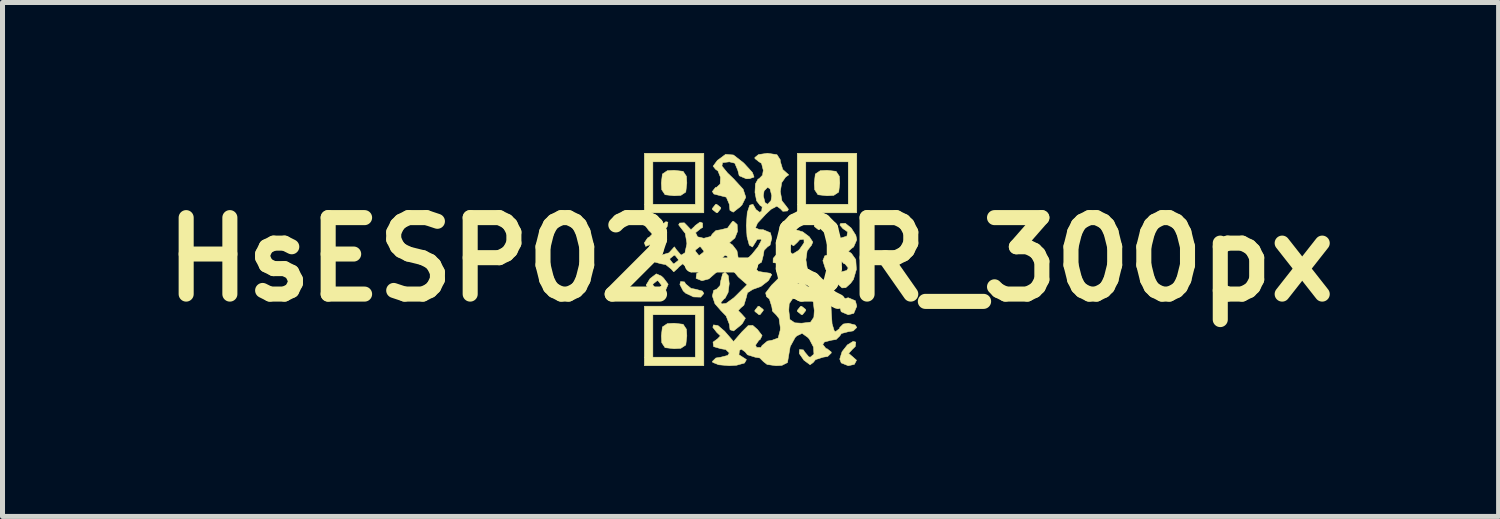
<source format=kicad_pcb>
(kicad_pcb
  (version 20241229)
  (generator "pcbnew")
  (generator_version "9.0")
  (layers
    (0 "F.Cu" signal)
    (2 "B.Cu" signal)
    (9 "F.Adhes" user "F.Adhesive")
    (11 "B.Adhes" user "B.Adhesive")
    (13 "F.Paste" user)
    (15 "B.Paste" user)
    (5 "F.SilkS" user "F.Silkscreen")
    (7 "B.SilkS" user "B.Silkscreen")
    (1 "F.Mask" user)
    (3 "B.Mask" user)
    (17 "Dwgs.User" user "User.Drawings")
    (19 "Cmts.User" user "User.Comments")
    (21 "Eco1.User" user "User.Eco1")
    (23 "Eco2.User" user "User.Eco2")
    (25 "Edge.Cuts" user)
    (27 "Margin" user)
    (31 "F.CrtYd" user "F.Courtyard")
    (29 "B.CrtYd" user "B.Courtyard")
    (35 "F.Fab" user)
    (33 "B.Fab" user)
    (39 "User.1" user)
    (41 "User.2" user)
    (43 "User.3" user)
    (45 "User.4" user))
  (footprint "HsESP02-QR_300px"
    (layer "F.Cu")
    (at 11.909 2.122)
    (property "Reference" "HsESP02-QR_300px" (at 0 0 0) (layer "F.SilkS") (effects (font (size 1.524 1.524) (thickness 0.3))))
    (attr through_hole)
    (fp_poly (pts (xy -0.595 -1.036) (xy -0.593 -1.016) (xy -0.657 -0.934) (xy -0.677 -0.931) (xy -0.76 -0.996) (xy -0.762 -1.016) (xy -0.698 -1.098) (xy -0.677 -1.101) (xy -0.595 -1.036)) (stroke (width 0.01) (type solid)) (fill yes) (layer "F.SilkS"))
    (fp_poly (pts (xy 0.252 0.996) (xy 0.254 1.016) (xy 0.19 1.098) (xy 0.169 1.101) (xy 0.087 1.036) (xy 0.085 1.016) (xy 0.149 0.934) (xy 0.169 0.931) (xy 0.252 0.996)) (stroke (width 0.01) (type solid)) (fill yes) (layer "F.SilkS"))
    (fp_poly (pts (xy 1.098 0.996) (xy 1.101 1.016) (xy 1.036 1.098) (xy 1.016 1.101) (xy 0.934 1.036) (xy 0.931 1.016) (xy 0.996 0.934) (xy 1.016 0.931) (xy 1.098 0.996)) (stroke (width 0.01) (type solid)) (fill yes) (layer "F.SilkS"))
    (fp_poly (pts (xy 1.437 -0.698) (xy 1.439 -0.677) (xy 1.375 -0.595) (xy 1.355 -0.593) (xy 1.272 -0.657) (xy 1.27 -0.677) (xy 1.334 -0.76) (xy 1.355 -0.762) (xy 1.437 -0.698)) (stroke (width 0.01) (type solid)) (fill yes) (layer "F.SilkS"))
    (fp_poly (pts (xy 2.089 0.822) (xy 2.117 0.931) (xy 2.057 1.073) (xy 1.947 1.101) (xy 1.806 1.041) (xy 1.778 0.931) (xy 1.838 0.79) (xy 1.947 0.762) (xy 2.089 0.822)) (stroke (width 0.01) (type solid)) (fill yes) (layer "F.SilkS"))
    (fp_poly (pts (xy -0.931 -0.931) (xy -2.117 -0.931) (xy -2.117 -1.947) (xy -1.947 -1.947) (xy -1.947 -1.101) (xy -1.101 -1.101) (xy -1.101 -1.947) (xy -1.947 -1.947) (xy -2.117 -1.947) (xy -2.117 -2.117) (xy -0.931 -2.117) (xy -0.931 -0.931)) (stroke (width 0.01) (type solid)) (fill yes) (layer "F.SilkS"))
    (fp_poly (pts (xy -0.931 2.117) (xy -2.117 2.117) (xy -2.117 1.101) (xy -1.947 1.101) (xy -1.947 1.947) (xy -1.101 1.947) (xy -1.101 1.101) (xy -1.947 1.101) (xy -2.117 1.101) (xy -2.117 0.931) (xy -0.931 0.931) (xy -0.931 2.117)) (stroke (width 0.01) (type solid)) (fill yes) (layer "F.SilkS"))
    (fp_poly (pts (xy 2.117 -0.931) (xy 0.931 -0.931) (xy 0.931 -1.947) (xy 1.101 -1.947) (xy 1.101 -1.101) (xy 1.947 -1.101) (xy 1.947 -1.947) (xy 1.101 -1.947) (xy 0.931 -1.947) (xy 0.931 -2.117) (xy 2.117 -2.117) (xy 2.117 -0.931)) (stroke (width 0.01) (type solid)) (fill yes) (layer "F.SilkS"))
    (fp_poly (pts (xy -1.344 -1.757) (xy -1.278 -1.658) (xy -1.27 -1.524) (xy -1.291 -1.344) (xy -1.39 -1.278) (xy -1.524 -1.27) (xy -1.704 -1.291) (xy -1.77 -1.39) (xy -1.778 -1.524) (xy -1.757 -1.704) (xy -1.658 -1.77) (xy -1.524 -1.778) (xy -1.344 -1.757)) (stroke (width 0.01) (type solid)) (fill yes) (layer "F.SilkS"))
    (fp_poly (pts (xy -1.344 1.291) (xy -1.278 1.39) (xy -1.27 1.524) (xy -1.291 1.704) (xy -1.39 1.77) (xy -1.524 1.778) (xy -1.704 1.757) (xy -1.77 1.658) (xy -1.778 1.524) (xy -1.757 1.344) (xy -1.658 1.278) (xy -1.524 1.27) (xy -1.344 1.291)) (stroke (width 0.01) (type solid)) (fill yes) (layer "F.SilkS"))
    (fp_poly (pts (xy -1.316 0.447) (xy -1.294 0.487) (xy -1.188 0.575) (xy -1.094 0.593) (xy -0.96 0.629) (xy -0.931 0.677) (xy -0.993 0.75) (xy -1.135 0.746) (xy -1.291 0.673) (xy -1.342 0.626) (xy -1.409 0.498) (xy -1.394 0.439) (xy -1.316 0.447)) (stroke (width 0.01) (type solid)) (fill yes) (layer "F.SilkS"))
    (fp_poly (pts (xy 1.704 -1.757) (xy 1.77 -1.658) (xy 1.778 -1.524) (xy 1.757 -1.344) (xy 1.658 -1.278) (xy 1.524 -1.27) (xy 1.344 -1.291) (xy 1.278 -1.39) (xy 1.27 -1.524) (xy 1.291 -1.704) (xy 1.39 -1.77) (xy 1.524 -1.778) (xy 1.704 -1.757)) (stroke (width 0.01) (type solid)) (fill yes) (layer "F.SilkS"))
    (fp_poly (pts (xy 2.097 1.646) (xy 2.088 1.733) (xy 2.03 1.789) (xy 1.955 1.871) (xy 2.011 1.919) (xy 2.112 2.007) (xy 2.069 2.09) (xy 1.947 2.117) (xy 1.807 2.061) (xy 1.778 1.984) (xy 1.824 1.837) (xy 1.93 1.702) (xy 2.044 1.632) (xy 2.097 1.646)) (stroke (width 0.01) (type solid)) (fill yes) (layer "F.SilkS"))
    (fp_poly (pts (xy -1.647 -0.744) (xy -1.663 -0.654) (xy -1.774 -0.505) (xy -1.808 -0.471) (xy -1.992 -0.303) (xy -2.09 -0.261) (xy -2.117 -0.332) (xy -2.051 -0.43) (xy -2.011 -0.452) (xy -1.956 -0.51) (xy -2.03 -0.582) (xy -2.104 -0.684) (xy -2.088 -0.734) (xy -1.996 -0.732) (xy -1.943 -0.675) (xy -1.865 -0.593) (xy -1.79 -0.664) (xy -1.783 -0.675) (xy -1.689 -0.754) (xy -1.647 -0.744)) (stroke (width 0.01) (type solid)) (fill yes) (layer "F.SilkS"))
    (fp_poly (pts (xy -1.776 0.331) (xy -1.73 0.375) (xy -1.642 0.493) (xy -1.686 0.596) (xy -1.724 0.635) (xy -1.843 0.741) (xy -1.926 0.725) (xy -2.015 0.63) (xy -2.08 0.509) (xy -2.08 0.508) (xy -1.947 0.508) (xy -1.883 0.59) (xy -1.863 0.593) (xy -1.78 0.528) (xy -1.778 0.508) (xy -1.842 0.426) (xy -1.863 0.423) (xy -1.945 0.488) (xy -1.947 0.508) (xy -2.08 0.508) (xy -2.008 0.388) (xy -1.994 0.374) (xy -1.878 0.286) (xy -1.776 0.331)) (stroke (width 0.01) (type solid)) (fill yes) (layer "F.SilkS"))
    (fp_poly (pts (xy -0.341 -2.083) (xy -0.148 -1.933) (xy -0.123 -1.909) (xy 0.037 -1.734) (xy 0.07 -1.643) (xy -0.021 -1.611) (xy -0.085 -1.609) (xy -0.226 -1.669) (xy -0.254 -1.778) (xy -0.314 -1.92) (xy -0.423 -1.947) (xy -0.558 -1.93) (xy -0.571 -1.863) (xy -0.459 -1.725) (xy -0.339 -1.609) (xy -0.148 -1.401) (xy -0.095 -1.241) (xy -0.169 -1.091) (xy -0.206 -1.052) (xy -0.345 -0.943) (xy -0.411 -0.981) (xy -0.423 -1.101) (xy -0.483 -1.242) (xy -0.593 -1.27) (xy -0.73 -1.305) (xy -0.762 -1.355) (xy -0.698 -1.437) (xy -0.677 -1.439) (xy -0.606 -1.503) (xy -0.599 -1.639) (xy -0.65 -1.765) (xy -0.698 -1.799) (xy -0.746 -1.86) (xy -0.661 -1.975) (xy -0.497 -2.096) (xy -0.341 -2.083)) (stroke (width 0.01) (type solid)) (fill yes) (layer "F.SilkS"))
    (fp_poly (pts (xy 2.007 -0.625) (xy 2.098 -0.482) (xy 2.117 -0.394) (xy 2.055 -0.251) (xy 2.011 -0.219) (xy 1.949 -0.163) (xy 2.011 -0.12) (xy 2.097 0.001) (xy 2.109 0.198) (xy 2.051 0.396) (xy 1.996 0.472) (xy 1.898 0.561) (xy 1.824 0.566) (xy 1.717 0.471) (xy 1.63 0.379) (xy 1.494 0.19) (xy 1.441 0.024) (xy 1.48 -0.074) (xy 1.524 -0.085) (xy 1.593 -0.014) (xy 1.609 0.085) (xy 1.669 0.226) (xy 1.778 0.254) (xy 1.916 0.219) (xy 1.947 0.169) (xy 1.883 0.087) (xy 1.863 0.085) (xy 1.794 0.014) (xy 1.778 -0.085) (xy 1.743 -0.222) (xy 1.693 -0.254) (xy 1.611 -0.318) (xy 1.609 -0.339) (xy 1.68 -0.407) (xy 1.778 -0.423) (xy 1.92 -0.465) (xy 1.935 -0.551) (xy 1.841 -0.616) (xy 1.78 -0.687) (xy 1.795 -0.718) (xy 1.889 -0.721) (xy 2.007 -0.625)) (stroke (width 0.01) (type solid)) (fill yes) (layer "F.SilkS"))
    (fp_poly (pts (xy 0.76 -0.698) (xy 0.762 -0.677) (xy 0.831 -0.603) (xy 0.895 -0.593) (xy 1.04 -0.551) (xy 1.17 -0.454) (xy 1.241 -0.348) (xy 1.211 -0.277) (xy 1.206 -0.275) (xy 1.128 -0.173) (xy 1.103 0.007) (xy 1.132 0.186) (xy 1.206 0.278) (xy 1.263 0.352) (xy 1.244 0.388) (xy 1.151 0.394) (xy 1.104 0.344) (xy 1.028 0.276) (xy 0.923 0.336) (xy 0.887 0.371) (xy 0.797 0.502) (xy 0.799 0.573) (xy 0.884 0.564) (xy 0.936 0.506) (xy 1.014 0.424) (xy 1.091 0.494) (xy 1.101 0.508) (xy 1.182 0.591) (xy 1.258 0.522) (xy 1.262 0.515) (xy 1.365 0.445) (xy 1.47 0.513) (xy 1.556 0.689) (xy 1.604 0.942) (xy 1.609 1.052) (xy 1.625 1.282) (xy 1.667 1.42) (xy 1.693 1.439) (xy 1.776 1.375) (xy 1.778 1.355) (xy 1.849 1.286) (xy 1.947 1.27) (xy 2.085 1.305) (xy 2.117 1.355) (xy 2.046 1.423) (xy 1.947 1.439) (xy 1.81 1.475) (xy 1.778 1.524) (xy 1.707 1.593) (xy 1.609 1.609) (xy 1.471 1.644) (xy 1.439 1.693) (xy 1.504 1.776) (xy 1.524 1.778) (xy 1.606 1.842) (xy 1.609 1.863) (xy 1.538 1.932) (xy 1.446 1.947) (xy 1.295 1.995) (xy 1.249 2.052) (xy 1.186 2.098) (xy 1.063 2.006) (xy 0.971 1.873) (xy 0.975 1.795) (xy 1.054 1.802) (xy 1.077 1.841) (xy 1.161 1.94) (xy 1.192 1.947) (xy 1.263 1.886) (xy 1.254 1.744) (xy 1.172 1.587) (xy 1.143 1.554) (xy 1.027 1.471) (xy 0.922 1.522) (xy 0.889 1.554) (xy 0.79 1.735) (xy 0.762 1.899) (xy 0.736 2.054) (xy 0.623 2.111) (xy 0.508 2.117) (xy 0.33 2.092) (xy 0.254 2.033) (xy 0.254 2.032) (xy 0.183 1.962) (xy 0.092 1.947) (xy -0.061 1.899) (xy -0.108 1.841) (xy -0.183 1.787) (xy -0.221 1.811) (xy -0.232 1.898) (xy -0.191 1.924) (xy -0.082 1.995) (xy -0.12 2.063) (xy -0.281 2.108) (xy -0.423 2.117) (xy -0.635 2.098) (xy -0.753 2.051) (xy -0.762 2.032) (xy -0.691 1.963) (xy -0.593 1.947) (xy -0.455 1.912) (xy -0.423 1.863) (xy -0.494 1.794) (xy -0.593 1.778) (xy -0.736 1.736) (xy -0.748 1.647) (xy -0.656 1.58) (xy -0.601 1.522) (xy -0.675 1.45) (xy -0.752 1.351) (xy -0.739 1.303) (xy -0.649 1.317) (xy -0.514 1.432) (xy -0.509 1.439) (xy -0.339 1.635) (xy -0.173 1.443) (xy -0.047 1.317) (xy 0.043 1.313) (xy 0.138 1.395) (xy 0.23 1.515) (xy 0.192 1.593) (xy 0.164 1.612) (xy 0.099 1.707) (xy 0.12 1.752) (xy 0.206 1.754) (xy 0.23 1.714) (xy 0.336 1.626) (xy 0.43 1.609) (xy 0.55 1.565) (xy 0.591 1.409) (xy 0.593 1.355) (xy 0.568 1.176) (xy 0.509 1.101) (xy 0.508 1.101) (xy 0.438 1.03) (xy 0.436 1.016) (xy 0.762 1.016) (xy 0.783 1.196) (xy 0.882 1.262) (xy 1.016 1.27) (xy 1.196 1.249) (xy 1.262 1.15) (xy 1.27 1.016) (xy 1.249 0.836) (xy 1.15 0.77) (xy 1.016 0.762) (xy 0.836 0.783) (xy 0.77 0.882) (xy 0.762 1.016) (xy 0.436 1.016) (xy 0.423 0.938) (xy 0.375 0.786) (xy 0.318 0.74) (xy 0.301 0.666) (xy 0.418 0.513) (xy 0.487 0.445) (xy 0.681 0.25) (xy 0.749 0.14) (xy 0.697 0.092) (xy 0.593 0.085) (xy 0.449 0.061) (xy 0.451 -0.022) (xy 0.558 -0.147) (xy 0.675 -0.232) (xy 0.753 -0.183) (xy 0.762 -0.169) (xy 0.839 -0.108) (xy 0.95 -0.177) (xy 0.976 -0.202) (xy 1.066 -0.332) (xy 1.064 -0.404) (xy 0.979 -0.395) (xy 0.934 -0.344) (xy 0.858 -0.273) (xy 0.755 -0.335) (xy 0.727 -0.361) (xy 0.624 -0.518) (xy 0.596 -0.67) (xy 0.65 -0.758) (xy 0.677 -0.762) (xy 0.76 -0.698)) (stroke (width 0.01) (type solid)) (fill yes) (layer "F.SilkS"))
    (fp_poly (pts (xy 0.526 -2.089) (xy 0.591 -1.989) (xy 0.593 -1.954) (xy 0.641 -1.795) (xy 0.699 -1.743) (xy 0.761 -1.687) (xy 0.699 -1.644) (xy 0.621 -1.532) (xy 0.593 -1.355) (xy 0.626 -1.168) (xy 0.699 -1.077) (xy 0.755 -1.002) (xy 0.736 -0.967) (xy 0.643 -0.961) (xy 0.597 -1.01) (xy 0.523 -1.063) (xy 0.408 -1.001) (xy 0.305 -0.905) (xy 0.139 -0.726) (xy 0.098 -0.631) (xy 0.179 -0.595) (xy 0.254 -0.593) (xy 0.396 -0.533) (xy 0.423 -0.423) (xy 0.388 -0.286) (xy 0.339 -0.254) (xy 0.27 -0.183) (xy 0.254 -0.085) (xy 0.219 0.053) (xy 0.169 0.085) (xy 0.087 0.149) (xy 0.085 0.169) (xy 0.156 0.238) (xy 0.254 0.254) (xy 0.392 0.274) (xy 0.423 0.302) (xy 0.357 0.42) (xy 0.208 0.536) (xy 0.055 0.592) (xy 0.048 0.593) (xy -0.062 0.663) (xy -0.085 0.755) (xy -0.133 0.911) (xy -0.191 0.96) (xy -0.247 1.017) (xy -0.177 1.087) (xy -0.103 1.17) (xy -0.161 1.273) (xy -0.192 1.305) (xy -0.338 1.424) (xy -0.409 1.4) (xy -0.423 1.289) (xy -0.487 1.125) (xy -0.593 1.016) (xy -0.71 0.881) (xy -0.761 0.727) (xy -0.735 0.615) (xy -0.677 0.593) (xy -0.609 0.522) (xy -0.593 0.423) (xy -0.557 0.286) (xy -0.508 0.254) (xy -0.444 0.323) (xy -0.425 0.481) (xy -0.447 0.656) (xy -0.509 0.774) (xy -0.529 0.786) (xy -0.591 0.856) (xy -0.577 0.886) (xy -0.486 0.874) (xy -0.336 0.765) (xy -0.293 0.724) (xy -0.069 0.5) (xy -0.246 0.346) (xy -0.378 0.184) (xy -0.423 0.054) (xy -0.466 -0.066) (xy -0.508 -0.085) (xy -0.582 -0.016) (xy -0.593 0.048) (xy -0.664 0.24) (xy -0.831 0.386) (xy -0.968 0.423) (xy -1.086 0.376) (xy -1.075 0.281) (xy -0.995 0.23) (xy -0.938 0.156) (xy -0.957 0.12) (xy -1.051 0.116) (xy -1.105 0.172) (xy -1.183 0.253) (xy -1.26 0.184) (xy -1.27 0.169) (xy -1.351 0.085) (xy -1.431 0.149) (xy -1.446 0.169) (xy -1.531 0.246) (xy -1.58 0.191) (xy -1.69 0.102) (xy -1.785 0.085) (xy -1.919 0.048) (xy -1.947 0) (xy -1.609 0) (xy -1.544 0.082) (xy -1.524 0.085) (xy -1.442 0.02) (xy -1.439 0) (xy -1.504 -0.082) (xy -1.524 -0.085) (xy -1.606 -0.02) (xy -1.609 0) (xy -1.947 0) (xy -1.877 -0.07) (xy -1.785 -0.085) (xy -1.626 -0.133) (xy -1.573 -0.191) (xy -1.518 -0.253) (xy -1.475 -0.191) (xy -1.385 -0.087) (xy -1.307 -0.133) (xy -1.3 -0.169) (xy -1.101 -0.169) (xy -1.036 -0.087) (xy -1.016 -0.085) (xy -0.934 -0.149) (xy -0.931 -0.169) (xy -0.996 -0.252) (xy -1.016 -0.254) (xy -1.098 -0.19) (xy -1.101 -0.169) (xy -1.3 -0.169) (xy -1.27 -0.307) (xy -1.27 -0.332) (xy -1.302 -0.521) (xy -1.376 -0.616) (xy -1.433 -0.691) (xy -1.414 -0.727) (xy -1.32 -0.731) (xy -1.265 -0.675) (xy -1.188 -0.593) (xy -1.112 -0.664) (xy -1.105 -0.675) (xy -1.007 -0.746) (xy -0.957 -0.727) (xy -0.955 -0.64) (xy -0.995 -0.616) (xy -1.096 -0.534) (xy -1.056 -0.452) (xy -0.931 -0.423) (xy -0.794 -0.459) (xy -0.762 -0.508) (xy -0.691 -0.577) (xy -0.593 -0.593) (xy -0.455 -0.628) (xy -0.423 -0.677) (xy -0.359 -0.76) (xy -0.339 -0.762) (xy -0.267 -0.698) (xy -0.26 -0.56) (xy -0.313 -0.427) (xy -0.36 -0.388) (xy -0.422 -0.332) (xy -0.36 -0.289) (xy -0.271 -0.173) (xy -0.254 -0.078) (xy -0.234 0.056) (xy -0.208 0.085) (xy -0.107 0.029) (xy 0.027 -0.102) (xy 0.149 -0.254) (xy 0.213 -0.375) (xy 0.209 -0.407) (xy 0.131 -0.4) (xy 0.108 -0.36) (xy 0.038 -0.249) (xy -0.025 -0.286) (xy -0.07 -0.451) (xy -0.085 -0.677) (xy -0.066 -0.935) (xy -0.017 -1.082) (xy 0.048 -1.1) (xy 0.108 -0.995) (xy 0.183 -0.94) (xy 0.221 -0.964) (xy 0.232 -1.052) (xy 0.191 -1.077) (xy 0.12 -1.17) (xy 0.101 -1.27) (xy 0.254 -1.27) (xy 0.289 -1.132) (xy 0.339 -1.101) (xy 0.407 -1.172) (xy 0.423 -1.27) (xy 0.388 -1.408) (xy 0.339 -1.439) (xy 0.27 -1.368) (xy 0.254 -1.27) (xy 0.101 -1.27) (xy 0.088 -1.338) (xy 0.097 -1.507) (xy 0.15 -1.604) (xy 0.169 -1.609) (xy 0.238 -1.68) (xy 0.254 -1.778) (xy 0.219 -1.916) (xy 0.169 -1.947) (xy 0.087 -2.012) (xy 0.085 -2.032) (xy 0.158 -2.091) (xy 0.336 -2.117) (xy 0.339 -2.117) (xy 0.526 -2.089)) (stroke (width 0.01) (type solid)) (fill yes) (layer "F.SilkS")))
  (gr_rect
    (start -3 -3)
    (end 26.818 7.243)
    (stroke (width 0.1) (type default))
    (fill no)
    (layer "Edge.Cuts")))
</source>
